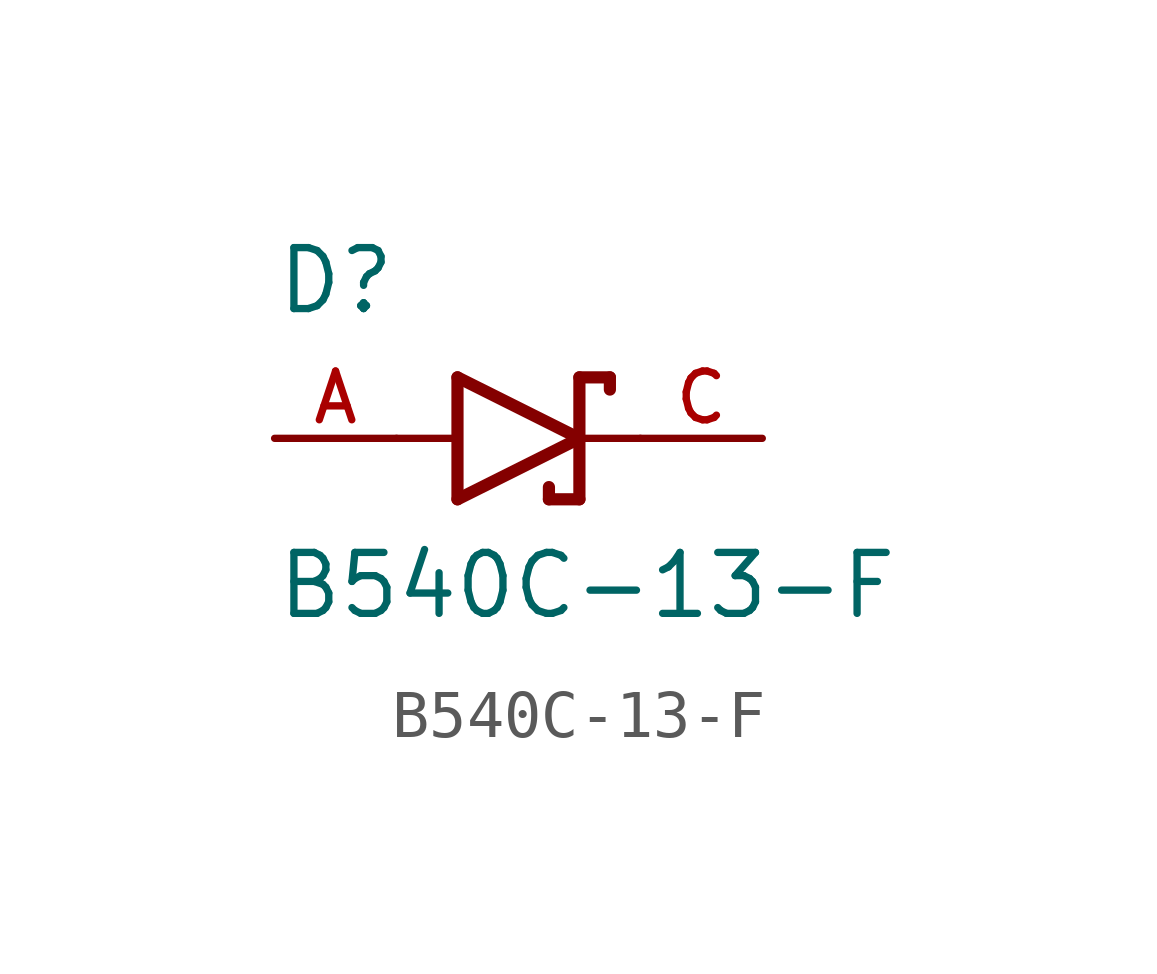
<source format=kicad_sym>
(kicad_symbol_lib
  (version 20211014)
  (generator kicad_symbol_editor)
  (symbol "B540C-13-F"
    (pin_names
      (offset 1.016))
    (property "Reference" "D"
      (at -5.08 2.54 0)
      (effects (font (size 1.27 1.27)) (justify bottom left)))
    (property "Value" "B540C-13-F"
      (at -5.08 -3.81 0)
      (effects (font (size 1.27 1.27)) (justify bottom left)))
    (symbol "B540C-13-F_0_0"
      (polyline (pts (xy -1.27 -1.27) (xy 1.27 0.0)) (stroke (width 0.254)))
      (polyline (pts (xy 1.27 0.0) (xy -1.27 1.27)) (stroke (width 0.254)))
      (polyline (pts (xy -1.27 1.27) (xy -1.27 -1.27)) (stroke (width 0.254)))
      (polyline (pts (xy 1.27 1.27) (xy 1.27 -1.27)) (stroke (width 0.254)))
      (polyline (pts (xy -2.54 0.0) (xy -1.27 0.0)) (stroke (width 0.152)))
      (polyline (pts (xy 1.27 0.0) (xy 2.54 0.0)) (stroke (width 0.152)))
      (polyline (pts (xy 1.905 1.27) (xy 1.27 1.27)) (stroke (width 0.254)))
      (polyline (pts (xy 1.905 1.27) (xy 1.905 1.016)) (stroke (width 0.254)))
      (polyline (pts (xy 1.27 -1.27) (xy 0.635 -1.27)) (stroke (width 0.254)))
      (polyline (pts (xy 0.635 -1.016) (xy 0.635 -1.27)) (stroke (width 0.254)))
      (pin passive line (at 5.08 0.0 180.0) (length 2.54) (name "~" (effects (font (size 1.016 1.016)))) (number "C" (effects (font (size 1.016 1.016)))))
      (pin passive line (at -5.08 0.0 0) (length 2.54) (name "~" (effects (font (size 1.016 1.016)))) (number "A" (effects (font (size 1.016 1.016))))))))
</source>
